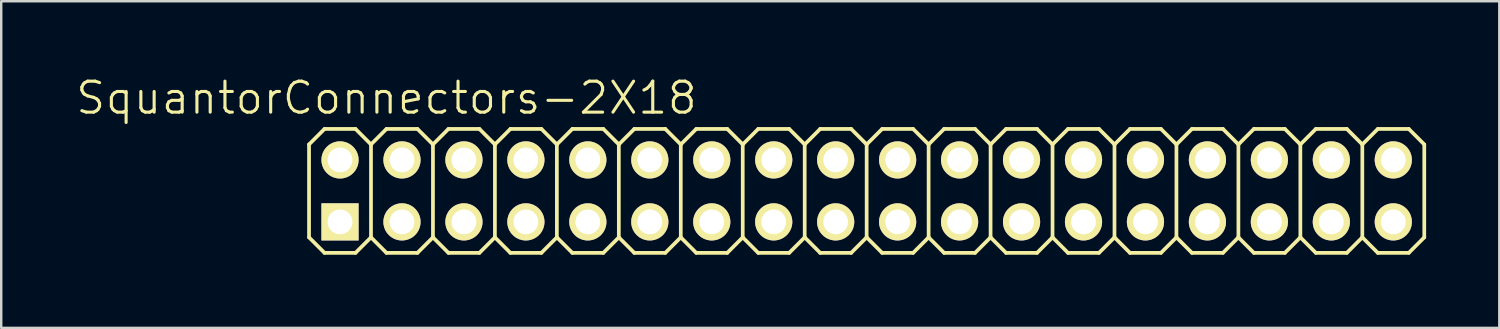
<source format=kicad_pcb>
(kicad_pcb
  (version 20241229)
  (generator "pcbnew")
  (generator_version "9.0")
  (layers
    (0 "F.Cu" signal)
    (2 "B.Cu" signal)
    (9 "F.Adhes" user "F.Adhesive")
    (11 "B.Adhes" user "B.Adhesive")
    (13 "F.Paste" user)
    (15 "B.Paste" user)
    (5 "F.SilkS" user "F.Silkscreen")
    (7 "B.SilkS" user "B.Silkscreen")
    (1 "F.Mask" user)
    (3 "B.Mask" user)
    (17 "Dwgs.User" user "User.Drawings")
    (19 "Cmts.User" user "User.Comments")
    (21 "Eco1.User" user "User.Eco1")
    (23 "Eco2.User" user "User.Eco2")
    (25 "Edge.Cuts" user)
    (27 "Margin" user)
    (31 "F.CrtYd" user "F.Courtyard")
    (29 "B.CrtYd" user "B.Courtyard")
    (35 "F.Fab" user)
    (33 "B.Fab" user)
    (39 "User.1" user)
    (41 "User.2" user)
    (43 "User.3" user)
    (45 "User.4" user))
  (footprint "SquantorConnectors-2X18"
    (layer "F.Cu")
    (at 32.479 4.776)
    (property "Reference" "SquantorConnectors-2X18" (at -19.685 -3.81 0) (layer "F.SilkS") (effects (font (size 1.27 1.27) (thickness 0.127))))
    (attr exclude_from_pos_files exclude_from_bom)
    (fp_line (start -22.86 -1.905) (end -22.225 -2.54) (stroke (width 0.152) (type solid)) (layer "F.SilkS"))
    (fp_line (start -22.86 1.905) (end -22.86 -1.905) (stroke (width 0.152) (type solid)) (layer "F.SilkS"))
    (fp_line (start -22.86 1.905) (end -22.225 2.54) (stroke (width 0.152) (type solid)) (layer "F.SilkS"))
    (fp_line (start -22.225 -2.54) (end -20.955 -2.54) (stroke (width 0.152) (type solid)) (layer "F.SilkS"))
    (fp_line (start -22.225 2.54) (end -20.955 2.54) (stroke (width 0.152) (type solid)) (layer "F.SilkS"))
    (fp_line (start -20.955 -2.54) (end -20.32 -1.905) (stroke (width 0.152) (type solid)) (layer "F.SilkS"))
    (fp_line (start -20.955 2.54) (end -20.32 1.905) (stroke (width 0.152) (type solid)) (layer "F.SilkS"))
    (fp_line (start -20.32 -1.905) (end -20.32 1.905) (stroke (width 0.152) (type solid)) (layer "F.SilkS"))
    (fp_line (start -20.32 -1.905) (end -19.685 -2.54) (stroke (width 0.152) (type solid)) (layer "F.SilkS"))
    (fp_line (start -20.32 1.905) (end -19.685 2.54) (stroke (width 0.152) (type solid)) (layer "F.SilkS"))
    (fp_line (start -19.685 -2.54) (end -18.415 -2.54) (stroke (width 0.152) (type solid)) (layer "F.SilkS"))
    (fp_line (start -19.685 2.54) (end -18.415 2.54) (stroke (width 0.152) (type solid)) (layer "F.SilkS"))
    (fp_line (start -18.415 -2.54) (end -17.78 -1.905) (stroke (width 0.152) (type solid)) (layer "F.SilkS"))
    (fp_line (start -18.415 2.54) (end -17.78 1.905) (stroke (width 0.152) (type solid)) (layer "F.SilkS"))
    (fp_line (start -17.78 -1.905) (end -17.78 1.905) (stroke (width 0.152) (type solid)) (layer "F.SilkS"))
    (fp_line (start -17.78 -1.905) (end -17.145 -2.54) (stroke (width 0.152) (type solid)) (layer "F.SilkS"))
    (fp_line (start -17.78 1.905) (end -17.145 2.54) (stroke (width 0.152) (type solid)) (layer "F.SilkS"))
    (fp_line (start -17.145 -2.54) (end -15.875 -2.54) (stroke (width 0.152) (type solid)) (layer "F.SilkS"))
    (fp_line (start -17.145 2.54) (end -15.875 2.54) (stroke (width 0.152) (type solid)) (layer "F.SilkS"))
    (fp_line (start -15.875 -2.54) (end -15.24 -1.905) (stroke (width 0.152) (type solid)) (layer "F.SilkS"))
    (fp_line (start -15.875 2.54) (end -15.24 1.905) (stroke (width 0.152) (type solid)) (layer "F.SilkS"))
    (fp_line (start -15.24 -1.905) (end -15.24 1.905) (stroke (width 0.152) (type solid)) (layer "F.SilkS"))
    (fp_line (start -15.24 -1.905) (end -14.605 -2.54) (stroke (width 0.152) (type solid)) (layer "F.SilkS"))
    (fp_line (start -15.24 1.905) (end -14.605 2.54) (stroke (width 0.152) (type solid)) (layer "F.SilkS"))
    (fp_line (start -14.605 -2.54) (end -13.335 -2.54) (stroke (width 0.152) (type solid)) (layer "F.SilkS"))
    (fp_line (start -14.605 2.54) (end -13.335 2.54) (stroke (width 0.152) (type solid)) (layer "F.SilkS"))
    (fp_line (start -13.335 -2.54) (end -12.7 -1.905) (stroke (width 0.152) (type solid)) (layer "F.SilkS"))
    (fp_line (start -13.335 2.54) (end -12.7 1.905) (stroke (width 0.152) (type solid)) (layer "F.SilkS"))
    (fp_line (start -12.7 -1.905) (end -12.7 1.905) (stroke (width 0.152) (type solid)) (layer "F.SilkS"))
    (fp_line (start -12.7 -1.905) (end -12.065 -2.54) (stroke (width 0.152) (type solid)) (layer "F.SilkS"))
    (fp_line (start -12.7 1.905) (end -12.065 2.54) (stroke (width 0.152) (type solid)) (layer "F.SilkS"))
    (fp_line (start -12.065 -2.54) (end -10.795 -2.54) (stroke (width 0.152) (type solid)) (layer "F.SilkS"))
    (fp_line (start -12.065 2.54) (end -10.795 2.54) (stroke (width 0.152) (type solid)) (layer "F.SilkS"))
    (fp_line (start -10.795 -2.54) (end -10.16 -1.905) (stroke (width 0.152) (type solid)) (layer "F.SilkS"))
    (fp_line (start -10.795 2.54) (end -10.16 1.905) (stroke (width 0.152) (type solid)) (layer "F.SilkS"))
    (fp_line (start -10.16 -1.905) (end -10.16 1.905) (stroke (width 0.152) (type solid)) (layer "F.SilkS"))
    (fp_line (start -10.16 -1.905) (end -9.525 -2.54) (stroke (width 0.152) (type solid)) (layer "F.SilkS"))
    (fp_line (start -10.16 1.905) (end -9.525 2.54) (stroke (width 0.152) (type solid)) (layer "F.SilkS"))
    (fp_line (start -9.525 -2.54) (end -8.255 -2.54) (stroke (width 0.152) (type solid)) (layer "F.SilkS"))
    (fp_line (start -9.525 2.54) (end -8.255 2.54) (stroke (width 0.152) (type solid)) (layer "F.SilkS"))
    (fp_line (start -8.255 -2.54) (end -7.62 -1.905) (stroke (width 0.152) (type solid)) (layer "F.SilkS"))
    (fp_line (start -8.255 2.54) (end -7.62 1.905) (stroke (width 0.152) (type solid)) (layer "F.SilkS"))
    (fp_line (start -7.62 -1.905) (end -7.62 1.905) (stroke (width 0.152) (type solid)) (layer "F.SilkS"))
    (fp_line (start -7.62 -1.905) (end -6.985 -2.54) (stroke (width 0.152) (type solid)) (layer "F.SilkS"))
    (fp_line (start -7.62 1.905) (end -6.985 2.54) (stroke (width 0.152) (type solid)) (layer "F.SilkS"))
    (fp_line (start -6.985 -2.54) (end -5.715 -2.54) (stroke (width 0.152) (type solid)) (layer "F.SilkS"))
    (fp_line (start -5.715 -2.54) (end -5.08 -1.905) (stroke (width 0.152) (type solid)) (layer "F.SilkS"))
    (fp_line (start -5.715 2.54) (end -6.985 2.54) (stroke (width 0.152) (type solid)) (layer "F.SilkS"))
    (fp_line (start -5.08 -1.905) (end -5.08 1.905) (stroke (width 0.152) (type solid)) (layer "F.SilkS"))
    (fp_line (start -5.08 -1.905) (end -4.445 -2.54) (stroke (width 0.152) (type solid)) (layer "F.SilkS"))
    (fp_line (start -5.08 1.905) (end -5.715 2.54) (stroke (width 0.152) (type solid)) (layer "F.SilkS"))
    (fp_line (start -5.08 1.905) (end -4.445 2.54) (stroke (width 0.152) (type solid)) (layer "F.SilkS"))
    (fp_line (start -4.445 -2.54) (end -3.175 -2.54) (stroke (width 0.152) (type solid)) (layer "F.SilkS"))
    (fp_line (start -3.175 -2.54) (end -2.54 -1.905) (stroke (width 0.152) (type solid)) (layer "F.SilkS"))
    (fp_line (start -3.175 2.54) (end -4.445 2.54) (stroke (width 0.152) (type solid)) (layer "F.SilkS"))
    (fp_line (start -2.54 -1.905) (end -2.54 1.905) (stroke (width 0.152) (type solid)) (layer "F.SilkS"))
    (fp_line (start -2.54 -1.905) (end -1.905 -2.54) (stroke (width 0.152) (type solid)) (layer "F.SilkS"))
    (fp_line (start -2.54 1.905) (end -3.175 2.54) (stroke (width 0.152) (type solid)) (layer "F.SilkS"))
    (fp_line (start -2.54 1.905) (end -1.905 2.54) (stroke (width 0.152) (type solid)) (layer "F.SilkS"))
    (fp_line (start -1.905 -2.54) (end -0.635 -2.54) (stroke (width 0.152) (type solid)) (layer "F.SilkS"))
    (fp_line (start -0.635 -2.54) (end 0 -1.905) (stroke (width 0.152) (type solid)) (layer "F.SilkS"))
    (fp_line (start -0.635 2.54) (end -1.905 2.54) (stroke (width 0.152) (type solid)) (layer "F.SilkS"))
    (fp_line (start 0 -1.905) (end 0 1.905) (stroke (width 0.152) (type solid)) (layer "F.SilkS"))
    (fp_line (start 0 -1.905) (end 0.635 -2.54) (stroke (width 0.152) (type solid)) (layer "F.SilkS"))
    (fp_line (start 0 1.905) (end -0.635 2.54) (stroke (width 0.152) (type solid)) (layer "F.SilkS"))
    (fp_line (start 0 1.905) (end 0.635 2.54) (stroke (width 0.152) (type solid)) (layer "F.SilkS"))
    (fp_line (start 0.635 -2.54) (end 1.905 -2.54) (stroke (width 0.152) (type solid)) (layer "F.SilkS"))
    (fp_line (start 1.905 -2.54) (end 2.54 -1.905) (stroke (width 0.152) (type solid)) (layer "F.SilkS"))
    (fp_line (start 1.905 2.54) (end 0.635 2.54) (stroke (width 0.152) (type solid)) (layer "F.SilkS"))
    (fp_line (start 2.54 -1.905) (end 2.54 1.905) (stroke (width 0.152) (type solid)) (layer "F.SilkS"))
    (fp_line (start 2.54 -1.905) (end 3.175 -2.54) (stroke (width 0.152) (type solid)) (layer "F.SilkS"))
    (fp_line (start 2.54 1.905) (end 1.905 2.54) (stroke (width 0.152) (type solid)) (layer "F.SilkS"))
    (fp_line (start 2.54 1.905) (end 3.175 2.54) (stroke (width 0.152) (type solid)) (layer "F.SilkS"))
    (fp_line (start 3.175 -2.54) (end 4.445 -2.54) (stroke (width 0.152) (type solid)) (layer "F.SilkS"))
    (fp_line (start 4.445 -2.54) (end 5.08 -1.905) (stroke (width 0.152) (type solid)) (layer "F.SilkS"))
    (fp_line (start 4.445 2.54) (end 3.175 2.54) (stroke (width 0.152) (type solid)) (layer "F.SilkS"))
    (fp_line (start 5.08 -1.905) (end 5.08 1.905) (stroke (width 0.152) (type solid)) (layer "F.SilkS"))
    (fp_line (start 5.08 -1.905) (end 5.715 -2.54) (stroke (width 0.152) (type solid)) (layer "F.SilkS"))
    (fp_line (start 5.08 1.905) (end 4.445 2.54) (stroke (width 0.152) (type solid)) (layer "F.SilkS"))
    (fp_line (start 5.08 1.905) (end 5.715 2.54) (stroke (width 0.152) (type solid)) (layer "F.SilkS"))
    (fp_line (start 5.715 -2.54) (end 6.985 -2.54) (stroke (width 0.152) (type solid)) (layer "F.SilkS"))
    (fp_line (start 6.985 2.54) (end 5.715 2.54) (stroke (width 0.152) (type solid)) (layer "F.SilkS"))
    (fp_line (start 7.62 -1.905) (end 6.985 -2.54) (stroke (width 0.152) (type solid)) (layer "F.SilkS"))
    (fp_line (start 7.62 -1.905) (end 7.62 1.905) (stroke (width 0.152) (type solid)) (layer "F.SilkS"))
    (fp_line (start 7.62 -1.905) (end 8.255 -2.54) (stroke (width 0.152) (type solid)) (layer "F.SilkS"))
    (fp_line (start 7.62 1.905) (end 6.985 2.54) (stroke (width 0.152) (type solid)) (layer "F.SilkS"))
    (fp_line (start 7.62 1.905) (end 8.255 2.54) (stroke (width 0.152) (type solid)) (layer "F.SilkS"))
    (fp_line (start 9.525 -2.54) (end 8.255 -2.54) (stroke (width 0.152) (type solid)) (layer "F.SilkS"))
    (fp_line (start 9.525 -2.54) (end 10.16 -1.905) (stroke (width 0.152) (type solid)) (layer "F.SilkS"))
    (fp_line (start 9.525 2.54) (end 8.255 2.54) (stroke (width 0.152) (type solid)) (layer "F.SilkS"))
    (fp_line (start 10.16 -1.905) (end 10.16 1.905) (stroke (width 0.152) (type solid)) (layer "F.SilkS"))
    (fp_line (start 10.16 -1.905) (end 10.795 -2.54) (stroke (width 0.152) (type solid)) (layer "F.SilkS"))
    (fp_line (start 10.16 1.905) (end 9.525 2.54) (stroke (width 0.152) (type solid)) (layer "F.SilkS"))
    (fp_line (start 10.16 1.905) (end 10.795 2.54) (stroke (width 0.152) (type solid)) (layer "F.SilkS"))
    (fp_line (start 12.065 -2.54) (end 10.795 -2.54) (stroke (width 0.152) (type solid)) (layer "F.SilkS"))
    (fp_line (start 12.065 -2.54) (end 12.7 -1.905) (stroke (width 0.152) (type solid)) (layer "F.SilkS"))
    (fp_line (start 12.065 2.54) (end 10.795 2.54) (stroke (width 0.152) (type solid)) (layer "F.SilkS"))
    (fp_line (start 12.7 -1.905) (end 12.7 1.905) (stroke (width 0.152) (type solid)) (layer "F.SilkS"))
    (fp_line (start 12.7 -1.905) (end 13.335 -2.54) (stroke (width 0.152) (type solid)) (layer "F.SilkS"))
    (fp_line (start 12.7 1.905) (end 12.065 2.54) (stroke (width 0.152) (type solid)) (layer "F.SilkS"))
    (fp_line (start 13.335 2.54) (end 12.7 1.905) (stroke (width 0.152) (type solid)) (layer "F.SilkS"))
    (fp_line (start 13.335 2.54) (end 14.605 2.54) (stroke (width 0.152) (type solid)) (layer "F.SilkS"))
    (fp_line (start 14.605 -2.54) (end 13.335 -2.54) (stroke (width 0.152) (type solid)) (layer "F.SilkS"))
    (fp_line (start 14.605 -2.54) (end 15.24 -1.905) (stroke (width 0.152) (type solid)) (layer "F.SilkS"))
    (fp_line (start 15.24 -1.905) (end 15.24 1.905) (stroke (width 0.152) (type solid)) (layer "F.SilkS"))
    (fp_line (start 15.24 -1.905) (end 15.875 -2.54) (stroke (width 0.152) (type solid)) (layer "F.SilkS"))
    (fp_line (start 15.24 1.905) (end 14.605 2.54) (stroke (width 0.152) (type solid)) (layer "F.SilkS"))
    (fp_line (start 15.875 2.54) (end 15.24 1.905) (stroke (width 0.152) (type solid)) (layer "F.SilkS"))
    (fp_line (start 15.875 2.54) (end 17.145 2.54) (stroke (width 0.152) (type solid)) (layer "F.SilkS"))
    (fp_line (start 17.145 -2.54) (end 15.875 -2.54) (stroke (width 0.152) (type solid)) (layer "F.SilkS"))
    (fp_line (start 17.145 -2.54) (end 17.78 -1.905) (stroke (width 0.152) (type solid)) (layer "F.SilkS"))
    (fp_line (start 17.78 -1.905) (end 17.78 1.905) (stroke (width 0.152) (type solid)) (layer "F.SilkS"))
    (fp_line (start 17.78 -1.905) (end 18.415 -2.54) (stroke (width 0.152) (type solid)) (layer "F.SilkS"))
    (fp_line (start 17.78 1.905) (end 17.145 2.54) (stroke (width 0.152) (type solid)) (layer "F.SilkS"))
    (fp_line (start 17.78 1.905) (end 18.415 2.54) (stroke (width 0.152) (type solid)) (layer "F.SilkS"))
    (fp_line (start 19.685 -2.54) (end 18.415 -2.54) (stroke (width 0.152) (type solid)) (layer "F.SilkS"))
    (fp_line (start 19.685 -2.54) (end 20.32 -1.905) (stroke (width 0.152) (type solid)) (layer "F.SilkS"))
    (fp_line (start 19.685 2.54) (end 18.415 2.54) (stroke (width 0.152) (type solid)) (layer "F.SilkS"))
    (fp_line (start 20.32 -1.905) (end 20.32 1.905) (stroke (width 0.152) (type solid)) (layer "F.SilkS"))
    (fp_line (start 20.32 -1.905) (end 20.955 -2.54) (stroke (width 0.152) (type solid)) (layer "F.SilkS"))
    (fp_line (start 20.32 1.905) (end 19.685 2.54) (stroke (width 0.152) (type solid)) (layer "F.SilkS"))
    (fp_line (start 20.32 1.905) (end 20.955 2.54) (stroke (width 0.152) (type solid)) (layer "F.SilkS"))
    (fp_line (start 22.225 -2.54) (end 20.955 -2.54) (stroke (width 0.152) (type solid)) (layer "F.SilkS"))
    (fp_line (start 22.225 -2.54) (end 22.86 -1.905) (stroke (width 0.152) (type solid)) (layer "F.SilkS"))
    (fp_line (start 22.225 2.54) (end 20.955 2.54) (stroke (width 0.152) (type solid)) (layer "F.SilkS"))
    (fp_line (start 22.86 -1.905) (end 22.86 1.905) (stroke (width 0.152) (type solid)) (layer "F.SilkS"))
    (fp_line (start 22.86 1.905) (end 22.225 2.54) (stroke (width 0.152) (type solid)) (layer "F.SilkS"))
    (pad "1" thru_hole rect (at -21.59 1.27) (size 1.524 1.524) (drill 1.016) (layers "*.Cu" "F.Mask" "F.SilkS" "F.Paste"))
    (pad "2" thru_hole circle (at -21.59 -1.27) (size 1.524 1.524) (drill 1.016) (layers "*.Cu" "F.Mask" "F.SilkS" "F.Paste"))
    (pad "3" thru_hole circle (at -19.05 1.27) (size 1.524 1.524) (drill 1.016) (layers "*.Cu" "F.Mask" "F.SilkS" "F.Paste"))
    (pad "4" thru_hole circle (at -19.05 -1.27) (size 1.524 1.524) (drill 1.016) (layers "*.Cu" "F.Mask" "F.SilkS" "F.Paste"))
    (pad "5" thru_hole circle (at -16.51 1.27) (size 1.524 1.524) (drill 1.016) (layers "*.Cu" "F.Mask" "F.SilkS" "F.Paste"))
    (pad "6" thru_hole circle (at -16.51 -1.27) (size 1.524 1.524) (drill 1.016) (layers "*.Cu" "F.Mask" "F.SilkS" "F.Paste"))
    (pad "7" thru_hole circle (at -13.97 1.27) (size 1.524 1.524) (drill 1.016) (layers "*.Cu" "F.Mask" "F.SilkS" "F.Paste"))
    (pad "8" thru_hole circle (at -13.97 -1.27) (size 1.524 1.524) (drill 1.016) (layers "*.Cu" "F.Mask" "F.SilkS" "F.Paste"))
    (pad "9" thru_hole circle (at -11.43 1.27) (size 1.524 1.524) (drill 1.016) (layers "*.Cu" "F.Mask" "F.SilkS" "F.Paste"))
    (pad "10" thru_hole circle (at -11.43 -1.27) (size 1.524 1.524) (drill 1.016) (layers "*.Cu" "F.Mask" "F.SilkS" "F.Paste"))
    (pad "11" thru_hole circle (at -8.89 1.27) (size 1.524 1.524) (drill 1.016) (layers "*.Cu" "F.Mask" "F.SilkS" "F.Paste"))
    (pad "12" thru_hole circle (at -8.89 -1.27) (size 1.524 1.524) (drill 1.016) (layers "*.Cu" "F.Mask" "F.SilkS" "F.Paste"))
    (pad "13" thru_hole circle (at -6.35 1.27) (size 1.524 1.524) (drill 1.016) (layers "*.Cu" "F.Mask" "F.SilkS" "F.Paste"))
    (pad "14" thru_hole circle (at -6.35 -1.27) (size 1.524 1.524) (drill 1.016) (layers "*.Cu" "F.Mask" "F.SilkS" "F.Paste"))
    (pad "15" thru_hole circle (at -3.81 1.27) (size 1.524 1.524) (drill 1.016) (layers "*.Cu" "F.Mask" "F.SilkS" "F.Paste"))
    (pad "16" thru_hole circle (at -3.81 -1.27) (size 1.524 1.524) (drill 1.016) (layers "*.Cu" "F.Mask" "F.SilkS" "F.Paste"))
    (pad "17" thru_hole circle (at -1.27 1.27) (size 1.524 1.524) (drill 1.016) (layers "*.Cu" "F.Mask" "F.SilkS" "F.Paste"))
    (pad "18" thru_hole circle (at -1.27 -1.27) (size 1.524 1.524) (drill 1.016) (layers "*.Cu" "F.Mask" "F.SilkS" "F.Paste"))
    (pad "19" thru_hole circle (at 1.27 1.27) (size 1.524 1.524) (drill 1.016) (layers "*.Cu" "F.Mask" "F.SilkS" "F.Paste"))
    (pad "20" thru_hole circle (at 1.27 -1.27) (size 1.524 1.524) (drill 1.016) (layers "*.Cu" "F.Mask" "F.SilkS" "F.Paste"))
    (pad "21" thru_hole circle (at 3.81 1.27) (size 1.524 1.524) (drill 1.016) (layers "*.Cu" "F.Mask" "F.SilkS" "F.Paste"))
    (pad "22" thru_hole circle (at 3.81 -1.27) (size 1.524 1.524) (drill 1.016) (layers "*.Cu" "F.Mask" "F.SilkS" "F.Paste"))
    (pad "23" thru_hole circle (at 6.35 1.27) (size 1.524 1.524) (drill 1.016) (layers "*.Cu" "F.Mask" "F.SilkS" "F.Paste"))
    (pad "24" thru_hole circle (at 6.35 -1.27) (size 1.524 1.524) (drill 1.016) (layers "*.Cu" "F.Mask" "F.SilkS" "F.Paste"))
    (pad "25" thru_hole circle (at 8.89 1.27) (size 1.524 1.524) (drill 1.016) (layers "*.Cu" "F.Mask" "F.SilkS" "F.Paste"))
    (pad "26" thru_hole circle (at 8.89 -1.27) (size 1.524 1.524) (drill 1.016) (layers "*.Cu" "F.Mask" "F.SilkS" "F.Paste"))
    (pad "27" thru_hole circle (at 11.43 1.27) (size 1.524 1.524) (drill 1.016) (layers "*.Cu" "F.Mask" "F.SilkS" "F.Paste"))
    (pad "28" thru_hole circle (at 11.43 -1.27) (size 1.524 1.524) (drill 1.016) (layers "*.Cu" "F.Mask" "F.SilkS" "F.Paste"))
    (pad "29" thru_hole circle (at 13.97 1.27) (size 1.524 1.524) (drill 1.016) (layers "*.Cu" "F.Mask" "F.SilkS" "F.Paste"))
    (pad "30" thru_hole circle (at 13.97 -1.27) (size 1.524 1.524) (drill 1.016) (layers "*.Cu" "F.Mask" "F.SilkS" "F.Paste"))
    (pad "31" thru_hole circle (at 16.51 1.27) (size 1.524 1.524) (drill 1.016) (layers "*.Cu" "F.Mask" "F.SilkS" "F.Paste"))
    (pad "32" thru_hole circle (at 16.51 -1.27) (size 1.524 1.524) (drill 1.016) (layers "*.Cu" "F.Mask" "F.SilkS" "F.Paste"))
    (pad "33" thru_hole circle (at 19.05 1.27) (size 1.524 1.524) (drill 1.016) (layers "*.Cu" "F.Mask" "F.SilkS" "F.Paste"))
    (pad "34" thru_hole circle (at 19.05 -1.27) (size 1.524 1.524) (drill 1.016) (layers "*.Cu" "F.Mask" "F.SilkS" "F.Paste"))
    (pad "35" thru_hole circle (at 21.59 1.27) (size 1.524 1.524) (drill 1.016) (layers "*.Cu" "F.Mask" "F.SilkS" "F.Paste"))
    (pad "36" thru_hole circle (at 21.59 -1.27) (size 1.524 1.524) (drill 1.016) (layers "*.Cu" "F.Mask" "F.SilkS" "F.Paste")))
  (gr_rect
    (start -3 -3)
    (end 58.415 10.392)
    (stroke (width 0.1) (type default))
    (fill no)
    (layer "Edge.Cuts")))
</source>
